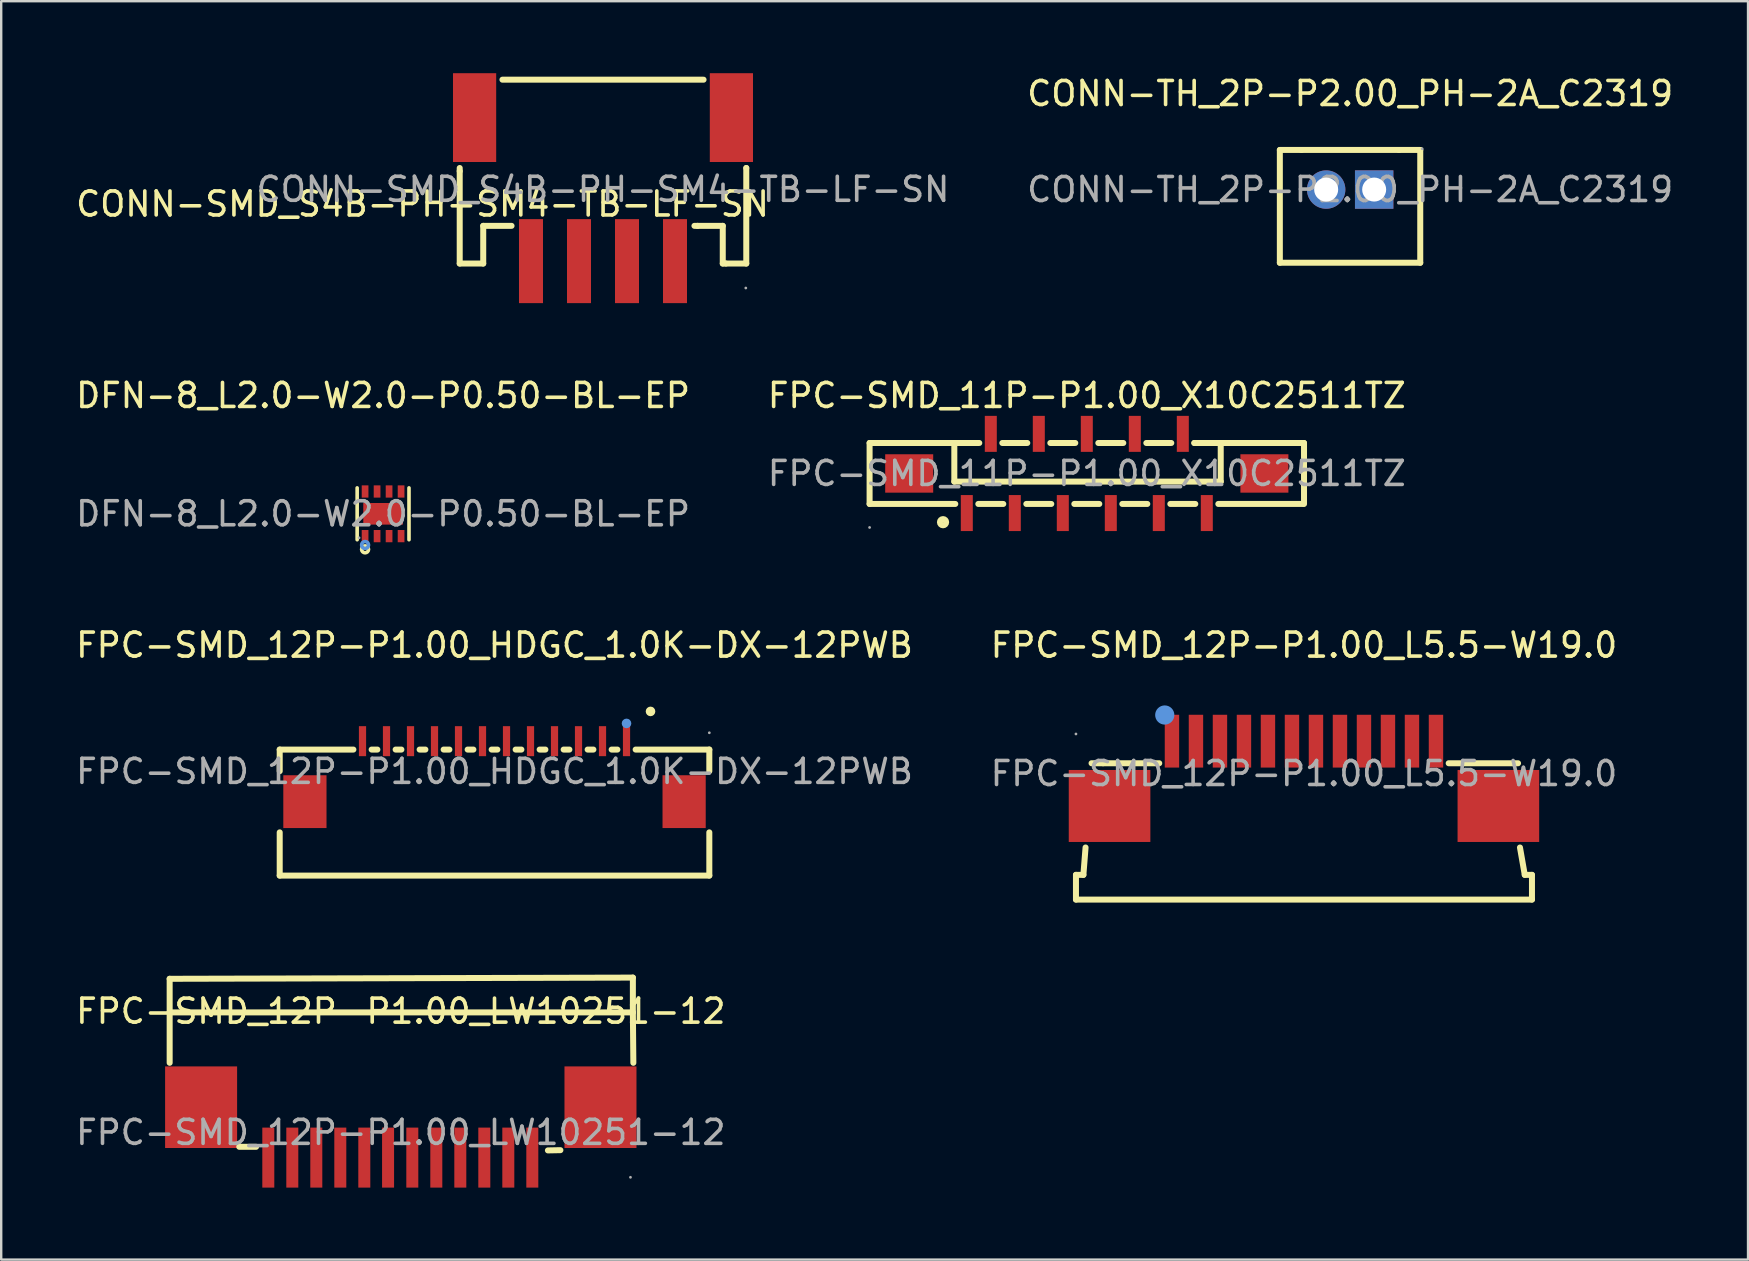
<source format=kicad_pcb>
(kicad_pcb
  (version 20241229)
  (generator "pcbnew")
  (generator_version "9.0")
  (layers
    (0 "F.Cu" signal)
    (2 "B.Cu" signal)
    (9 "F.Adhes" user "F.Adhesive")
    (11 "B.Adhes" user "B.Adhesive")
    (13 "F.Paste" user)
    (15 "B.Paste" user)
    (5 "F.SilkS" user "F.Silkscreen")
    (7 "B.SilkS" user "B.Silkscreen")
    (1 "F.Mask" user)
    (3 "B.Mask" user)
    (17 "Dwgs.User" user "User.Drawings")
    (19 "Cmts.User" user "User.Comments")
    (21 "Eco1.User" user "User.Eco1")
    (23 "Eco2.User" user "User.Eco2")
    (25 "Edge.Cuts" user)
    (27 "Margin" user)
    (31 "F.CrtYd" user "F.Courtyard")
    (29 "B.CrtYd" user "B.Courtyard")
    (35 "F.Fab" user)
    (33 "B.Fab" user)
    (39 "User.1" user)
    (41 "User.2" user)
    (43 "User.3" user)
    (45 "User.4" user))
  (footprint "CONN-SMD_S4B-PH-SM4-TB-LF-SN"
    (layer "F.Cu")
    (at 22.074 4.84)
    (property "Reference" "CONN-SMD_S4B-PH-SM4-TB-LF-SN" (at -7.52 0.61 180) (layer "F.SilkS") (effects (font (size 1 1) (thickness 0.15))))
    (attr smd)
    (fp_line (start -5.97 -0.76) (end -5.97 -0.89) (stroke (width 0.25) (type solid)) (layer "F.SilkS"))
    (fp_line (start -5.97 3.09) (end -5.97 -0.76) (stroke (width 0.25) (type solid)) (layer "F.SilkS"))
    (fp_line (start -4.99 1.52) (end -4.99 3.09) (stroke (width 0.25) (type solid)) (layer "F.SilkS"))
    (fp_line (start -4.99 3.09) (end -5.97 3.09) (stroke (width 0.25) (type solid)) (layer "F.SilkS"))
    (fp_line (start -4.19 -4.57) (end 4.19 -4.57) (stroke (width 0.25) (type solid)) (layer "F.SilkS"))
    (fp_line (start -3.81 1.52) (end -4.99 1.52) (stroke (width 0.25) (type solid)) (layer "F.SilkS"))
    (fp_line (start 3.94 1.52) (end 3.81 1.52) (stroke (width 0.25) (type solid)) (layer "F.SilkS"))
    (fp_line (start 4.99 1.52) (end 3.94 1.52) (stroke (width 0.25) (type solid)) (layer "F.SilkS"))
    (fp_line (start 4.99 3.09) (end 4.99 1.52) (stroke (width 0.25) (type solid)) (layer "F.SilkS"))
    (fp_line (start 5.12 3.09) (end 4.99 3.09) (stroke (width 0.25) (type solid)) (layer "F.SilkS"))
    (fp_line (start 5.97 -0.89) (end 5.97 -0.89) (stroke (width 0.25) (type solid)) (layer "F.SilkS"))
    (fp_line (start 5.97 -0.89) (end 5.97 3.09) (stroke (width 0.25) (type solid)) (layer "F.SilkS"))
    (fp_line (start 5.97 3.09) (end 5.12 3.09) (stroke (width 0.25) (type solid)) (layer "F.SilkS"))
    (fp_circle (center 5.95 4.11) (end 5.98 4.11) (stroke (width 0.06) (type solid)) (fill no) (layer "F.Fab"))
    (fp_text user "${REFERENCE}" (at 0 0 180) (layer "F.Fab") (effects (font (size 1 1) (thickness 0.15))))
    (pad "1" smd rect (at 3 2.99) (size 1 3.5) (layers "F.Cu" "F.Mask" "F.Paste"))
    (pad "2" smd rect (at 1 2.99) (size 1 3.5) (layers "F.Cu" "F.Mask" "F.Paste"))
    (pad "3" smd rect (at -1 2.99) (size 1 3.5) (layers "F.Cu" "F.Mask" "F.Paste"))
    (pad "4" smd rect (at -3 2.99) (size 1 3.5) (layers "F.Cu" "F.Mask" "F.Paste"))
    (pad "5" smd rect (at -5.35 -2.99) (size 1.8 3.7) (layers "F.Cu" "F.Mask" "F.Paste"))
    (pad "6" smd rect (at 5.35 -2.99) (size 1.8 3.7) (layers "F.Cu" "F.Mask" "F.Paste")))
  (footprint "FPC-SMD_12P-P1.00_LW10251-12"
    (layer "F.Cu")
    (at 13.649 44.132)
    (property "Reference" "FPC-SMD_12P-P1.00_LW10251-12" (at 0 -5.05 0) (layer "F.SilkS") (effects (font (size 1 1) (thickness 0.15))))
    (attr smd)
    (fp_line (start -9.63 -5) (end -9.63 -6.4) (stroke (width 0.25) (type solid)) (layer "F.SilkS"))
    (fp_line (start -9.63 -5) (end -9.63 -2.9) (stroke (width 0.25) (type solid)) (layer "F.SilkS"))
    (fp_line (start -6.73 0.6) (end -6.03 0.6) (stroke (width 0.25) (type solid)) (layer "F.SilkS"))
    (fp_line (start 6.13 0.75) (end 6.65 0.74) (stroke (width 0.25) (type solid)) (layer "F.SilkS"))
    (fp_line (start 9.67 -6.45) (end -9.63 -6.4) (stroke (width 0.25) (type solid)) (layer "F.SilkS"))
    (fp_line (start 9.67 -5) (end -9.63 -5) (stroke (width 0.25) (type solid)) (layer "F.SilkS"))
    (fp_line (start 9.67 -5) (end 9.67 -6.45) (stroke (width 0.25) (type solid)) (layer "F.SilkS"))
    (fp_line (start 9.69 -2.9) (end 9.67 -5) (stroke (width 0.25) (type solid)) (layer "F.SilkS"))
    (fp_circle (center 9.57 1.87) (end 9.6 1.87) (stroke (width 0.06) (type solid)) (fill no) (layer "F.Fab"))
    (fp_text user "${REFERENCE}" (at 0 0 0) (layer "F.Fab") (effects (font (size 1 1) (thickness 0.15))))
    (pad "1" smd rect (at 5.48 1.05) (size 0.5 2.5) (layers "F.Cu" "F.Mask" "F.Paste"))
    (pad "2" smd rect (at 4.48 1.05) (size 0.5 2.5) (layers "F.Cu" "F.Mask" "F.Paste"))
    (pad "3" smd rect (at 3.48 1.05) (size 0.5 2.5) (layers "F.Cu" "F.Mask" "F.Paste"))
    (pad "4" smd rect (at 2.48 1.05) (size 0.5 2.5) (layers "F.Cu" "F.Mask" "F.Paste"))
    (pad "5" smd rect (at 1.48 1.05) (size 0.5 2.5) (layers "F.Cu" "F.Mask" "F.Paste"))
    (pad "6" smd rect (at 0.48 1.05) (size 0.5 2.5) (layers "F.Cu" "F.Mask" "F.Paste"))
    (pad "7" smd rect (at -0.53 1.05) (size 0.5 2.5) (layers "F.Cu" "F.Mask" "F.Paste"))
    (pad "8" smd rect (at -1.52 1.05) (size 0.5 2.5) (layers "F.Cu" "F.Mask" "F.Paste"))
    (pad "9" smd rect (at -2.52 1.05) (size 0.5 2.5) (layers "F.Cu" "F.Mask" "F.Paste"))
    (pad "10" smd rect (at -3.52 1.05) (size 0.5 2.5) (layers "F.Cu" "F.Mask" "F.Paste"))
    (pad "11" smd rect (at -4.52 1.05) (size 0.5 2.5) (layers "F.Cu" "F.Mask" "F.Paste"))
    (pad "12" smd rect (at -5.52 1.05) (size 0.5 2.5) (layers "F.Cu" "F.Mask" "F.Paste"))
    (pad "13" smd rect (at -8.32 -1.05) (size 3 3.4) (layers "F.Cu" "F.Mask" "F.Paste"))
    (pad "14" smd rect (at 8.32 -1.05) (size 3 3.4) (layers "F.Cu" "F.Mask" "F.Paste")))
  (footprint "FPC-SMD_12P-P1.00_HDGC_1.0K-DX-12PWB"
    (layer "F.Cu")
    (at 17.554 29.091)
    (property "Reference" "FPC-SMD_12P-P1.00_HDGC_1.0K-DX-12PWB" (at 0 -5.26 0) (layer "F.SilkS") (effects (font (size 1 1) (thickness 0.15))))
    (attr smd)
    (fp_line (start -8.95 -0.91) (end -8.95 -0.01) (stroke (width 0.25) (type solid)) (layer "F.SilkS"))
    (fp_line (start -8.95 2.54) (end -8.95 4.34) (stroke (width 0.25) (type solid)) (layer "F.SilkS"))
    (fp_line (start -5.88 -0.91) (end -8.95 -0.91) (stroke (width 0.25) (type solid)) (layer "F.SilkS"))
    (fp_line (start -4.88 -0.91) (end -5.12 -0.91) (stroke (width 0.25) (type solid)) (layer "F.SilkS"))
    (fp_line (start -3.88 -0.91) (end -4.12 -0.91) (stroke (width 0.25) (type solid)) (layer "F.SilkS"))
    (fp_line (start -2.88 -0.91) (end -3.12 -0.91) (stroke (width 0.25) (type solid)) (layer "F.SilkS"))
    (fp_line (start -1.88 -0.91) (end -2.12 -0.91) (stroke (width 0.25) (type solid)) (layer "F.SilkS"))
    (fp_line (start -0.88 -0.91) (end -1.12 -0.91) (stroke (width 0.25) (type solid)) (layer "F.SilkS"))
    (fp_line (start 0.12 -0.91) (end -0.12 -0.91) (stroke (width 0.25) (type solid)) (layer "F.SilkS"))
    (fp_line (start 1.12 -0.91) (end 0.88 -0.91) (stroke (width 0.25) (type solid)) (layer "F.SilkS"))
    (fp_line (start 2.12 -0.91) (end 1.88 -0.91) (stroke (width 0.25) (type solid)) (layer "F.SilkS"))
    (fp_line (start 3.12 -0.91) (end 2.88 -0.91) (stroke (width 0.25) (type solid)) (layer "F.SilkS"))
    (fp_line (start 4.12 -0.91) (end 3.88 -0.91) (stroke (width 0.25) (type solid)) (layer "F.SilkS"))
    (fp_line (start 5.12 -0.91) (end 4.88 -0.91) (stroke (width 0.25) (type solid)) (layer "F.SilkS"))
    (fp_line (start 8.95 -0.91) (end 5.88 -0.91) (stroke (width 0.25) (type solid)) (layer "F.SilkS"))
    (fp_line (start 8.95 -0.91) (end 8.95 -0.01) (stroke (width 0.25) (type solid)) (layer "F.SilkS"))
    (fp_line (start 8.95 2.54) (end 8.95 4.34) (stroke (width 0.25) (type solid)) (layer "F.SilkS"))
    (fp_line (start 8.95 4.34) (end -8.95 4.34) (stroke (width 0.25) (type solid)) (layer "F.SilkS"))
    (fp_circle (center 6.5 -2.5) (end 6.6 -2.5) (stroke (width 0.2) (type solid)) (fill no) (layer "F.SilkS"))
    (fp_circle (center 5.5 -2) (end 5.6 -2) (stroke (width 0.2) (type solid)) (fill no) (layer "Cmts.User"))
    (fp_circle (center 8.95 -1.61) (end 8.98 -1.61) (stroke (width 0.06) (type solid)) (fill no) (layer "F.Fab"))
    (fp_text user "${REFERENCE}" (at 0 0 0) (layer "F.Fab") (effects (font (size 1 1) (thickness 0.15))))
    (pad "1" smd rect (at 5.5 -1.26) (size 0.3 1.25) (layers "F.Cu" "F.Mask" "F.Paste"))
    (pad "2" smd rect (at 4.5 -1.26) (size 0.3 1.25) (layers "F.Cu" "F.Mask" "F.Paste"))
    (pad "3" smd rect (at 3.5 -1.26) (size 0.3 1.25) (layers "F.Cu" "F.Mask" "F.Paste"))
    (pad "4" smd rect (at 2.5 -1.26) (size 0.3 1.25) (layers "F.Cu" "F.Mask" "F.Paste"))
    (pad "5" smd rect (at 1.5 -1.26) (size 0.3 1.25) (layers "F.Cu" "F.Mask" "F.Paste"))
    (pad "6" smd rect (at 0.5 -1.26) (size 0.3 1.25) (layers "F.Cu" "F.Mask" "F.Paste"))
    (pad "7" smd rect (at -0.5 -1.26) (size 0.3 1.25) (layers "F.Cu" "F.Mask" "F.Paste"))
    (pad "8" smd rect (at -1.5 -1.26) (size 0.3 1.25) (layers "F.Cu" "F.Mask" "F.Paste"))
    (pad "9" smd rect (at -2.5 -1.26) (size 0.3 1.25) (layers "F.Cu" "F.Mask" "F.Paste"))
    (pad "10" smd rect (at -3.5 -1.26) (size 0.3 1.25) (layers "F.Cu" "F.Mask" "F.Paste"))
    (pad "11" smd rect (at -4.5 -1.26) (size 0.3 1.25) (layers "F.Cu" "F.Mask" "F.Paste"))
    (pad "12" smd rect (at -5.5 -1.26) (size 0.3 1.25) (layers "F.Cu" "F.Mask" "F.Paste"))
    (pad "13" smd rect (at -7.9 1.26) (size 1.8 2.2) (layers "F.Cu" "F.Mask" "F.Paste"))
    (pad "14" smd rect (at 7.9 1.26) (size 1.8 2.2) (layers "F.Cu" "F.Mask" "F.Paste")))
  (footprint "FPC-SMD_11P-P1.00_X10C2511TZ"
    (layer "F.Cu")
    (at 42.232 16.677)
    (property "Reference" "FPC-SMD_11P-P1.00_X10C2511TZ" (at 0 -3.248 180) (layer "F.SilkS") (effects (font (size 1 1) (thickness 0.15))))
    (attr smd)
    (fp_line (start -9.05 -1.27) (end -9.05 1.27) (stroke (width 0.25) (type solid)) (layer "F.SilkS"))
    (fp_line (start -9.05 -1.27) (end -4.48 -1.27) (stroke (width 0.25) (type solid)) (layer "F.SilkS"))
    (fp_line (start -9.05 1.27) (end -5.48 1.27) (stroke (width 0.25) (type solid)) (layer "F.SilkS"))
    (fp_line (start -5.52 -1.27) (end -5.52 0.34) (stroke (width 0.25) (type solid)) (layer "F.SilkS"))
    (fp_line (start -5.52 0.34) (end 5.58 0.34) (stroke (width 0.25) (type solid)) (layer "F.SilkS"))
    (fp_line (start -4.52 1.27) (end -3.48 1.27) (stroke (width 0.25) (type solid)) (layer "F.SilkS"))
    (fp_line (start -3.52 -1.27) (end -2.48 -1.27) (stroke (width 0.25) (type solid)) (layer "F.SilkS"))
    (fp_line (start -2.52 1.27) (end -1.48 1.27) (stroke (width 0.25) (type solid)) (layer "F.SilkS"))
    (fp_line (start -1.52 -1.27) (end -0.48 -1.27) (stroke (width 0.25) (type solid)) (layer "F.SilkS"))
    (fp_line (start -0.52 1.27) (end 0.52 1.27) (stroke (width 0.25) (type solid)) (layer "F.SilkS"))
    (fp_line (start 0.48 -1.27) (end 1.52 -1.27) (stroke (width 0.25) (type solid)) (layer "F.SilkS"))
    (fp_line (start 1.48 1.27) (end 2.52 1.27) (stroke (width 0.25) (type solid)) (layer "F.SilkS"))
    (fp_line (start 2.48 -1.27) (end 3.52 -1.27) (stroke (width 0.25) (type solid)) (layer "F.SilkS"))
    (fp_line (start 3.48 1.27) (end 4.52 1.27) (stroke (width 0.25) (type solid)) (layer "F.SilkS"))
    (fp_line (start 4.48 -1.27) (end 5.52 -1.27) (stroke (width 0.25) (type solid)) (layer "F.SilkS"))
    (fp_line (start 4.48 -1.27) (end 9.05 -1.27) (stroke (width 0.25) (type solid)) (layer "F.SilkS"))
    (fp_line (start 5.48 1.27) (end 9 1.27) (stroke (width 0.25) (type solid)) (layer "F.SilkS"))
    (fp_line (start 5.58 0.34) (end 5.58 -1.27) (stroke (width 0.25) (type solid)) (layer "F.SilkS"))
    (fp_line (start 9.05 -1.27) (end 9.05 1.27) (stroke (width 0.25) (type solid)) (layer "F.SilkS"))
    (fp_circle (center -5.99 2.03) (end -5.86 2.03) (stroke (width 0.25) (type solid)) (fill no) (layer "F.SilkS"))
    (fp_circle (center -9.05 2.25) (end -9.02 2.25) (stroke (width 0.06) (type solid)) (fill no) (layer "F.Fab"))
    (fp_text user "${REFERENCE}" (at 0 0 180) (layer "F.Fab") (effects (font (size 1 1) (thickness 0.15))))
    (pad "1" smd rect (at -5 1.65) (size 0.5 1.5) (layers "F.Cu" "F.Mask" "F.Paste"))
    (pad "2" smd rect (at -4 -1.65) (size 0.5 1.5) (layers "F.Cu" "F.Mask" "F.Paste"))
    (pad "3" smd rect (at -3 1.65) (size 0.5 1.5) (layers "F.Cu" "F.Mask" "F.Paste"))
    (pad "4" smd rect (at -2 -1.65) (size 0.5 1.5) (layers "F.Cu" "F.Mask" "F.Paste"))
    (pad "5" smd rect (at -1 1.65) (size 0.5 1.5) (layers "F.Cu" "F.Mask" "F.Paste"))
    (pad "6" smd rect (at 0 -1.65) (size 0.5 1.5) (layers "F.Cu" "F.Mask" "F.Paste"))
    (pad "7" smd rect (at 1 1.65) (size 0.5 1.5) (layers "F.Cu" "F.Mask" "F.Paste"))
    (pad "8" smd rect (at 2 -1.65) (size 0.5 1.5) (layers "F.Cu" "F.Mask" "F.Paste"))
    (pad "9" smd rect (at 3 1.65) (size 0.5 1.5) (layers "F.Cu" "F.Mask" "F.Paste"))
    (pad "10" smd rect (at 4 -1.65) (size 0.5 1.5) (layers "F.Cu" "F.Mask" "F.Paste"))
    (pad "11" smd rect (at 5 1.65) (size 0.5 1.5) (layers "F.Cu" "F.Mask" "F.Paste"))
    (pad "12" smd rect (at 7.4 0) (size 2 1.6) (layers "F.Cu" "F.Mask" "F.Paste"))
    (pad "13" smd rect (at -7.4 0) (size 2 1.6) (layers "F.Cu" "F.Mask" "F.Paste")))
  (footprint "FPC-SMD_12P-P1.00_L5.5-W19.0"
    (layer "F.Cu")
    (at 51.28 29.181)
    (property "Reference" "FPC-SMD_12P-P1.00_L5.5-W19.0" (at 0 -5.35 0) (layer "F.SilkS") (effects (font (size 1 1) (thickness 0.15))))
    (attr smd)
    (fp_line (start -9.5 4.22) (end -9.5 5.25) (stroke (width 0.25) (type solid)) (layer "F.SilkS"))
    (fp_line (start -9.5 4.22) (end -9.19 4.22) (stroke (width 0.25) (type solid)) (layer "F.SilkS"))
    (fp_line (start -9.5 5.25) (end 9.5 5.25) (stroke (width 0.25) (type solid)) (layer "F.SilkS"))
    (fp_line (start -9.19 4.22) (end -9.1 3.08) (stroke (width 0.25) (type solid)) (layer "F.SilkS"))
    (fp_line (start -8.37 -0.43) (end -8.85 -0.43) (stroke (width 0.25) (type solid)) (layer "F.SilkS"))
    (fp_line (start -6.03 -0.43) (end -8.37 -0.43) (stroke (width 0.25) (type solid)) (layer "F.SilkS"))
    (fp_line (start 6.03 -0.43) (end 8.92 -0.43) (stroke (width 0.25) (type solid)) (layer "F.SilkS"))
    (fp_line (start 9.2 4.22) (end 9 3.08) (stroke (width 0.25) (type solid)) (layer "F.SilkS"))
    (fp_line (start 9.5 4.22) (end 9.2 4.22) (stroke (width 0.25) (type solid)) (layer "F.SilkS"))
    (fp_line (start 9.5 5.25) (end 9.5 4.22) (stroke (width 0.25) (type solid)) (layer "F.SilkS"))
    (fp_circle (center -5.8 -2.44) (end -5.6 -2.44) (stroke (width 0.4) (type solid)) (fill no) (layer "Cmts.User"))
    (fp_circle (center -9.5 -1.65) (end -9.47 -1.65) (stroke (width 0.06) (type solid)) (fill no) (layer "F.Fab"))
    (fp_text user "${REFERENCE}" (at 0 0 0) (layer "F.Fab") (effects (font (size 1 1) (thickness 0.15))))
    (pad "0" smd rect (at -8.1 1.35) (size 3.4 3) (layers "F.Cu" "F.Mask" "F.Paste"))
    (pad "0" smd rect (at 8.1 1.35) (size 3.4 3) (layers "F.Cu" "F.Mask" "F.Paste"))
    (pad "1" smd rect (at -5.5 -1.35) (size 0.6 2.2) (layers "F.Cu" "F.Mask" "F.Paste"))
    (pad "2" smd rect (at -4.5 -1.35) (size 0.6 2.2) (layers "F.Cu" "F.Mask" "F.Paste"))
    (pad "3" smd rect (at -3.5 -1.35) (size 0.6 2.2) (layers "F.Cu" "F.Mask" "F.Paste"))
    (pad "4" smd rect (at -2.5 -1.35) (size 0.6 2.2) (layers "F.Cu" "F.Mask" "F.Paste"))
    (pad "5" smd rect (at -1.5 -1.35) (size 0.6 2.2) (layers "F.Cu" "F.Mask" "F.Paste"))
    (pad "6" smd rect (at -0.5 -1.35) (size 0.6 2.2) (layers "F.Cu" "F.Mask" "F.Paste"))
    (pad "7" smd rect (at 0.5 -1.35) (size 0.6 2.2) (layers "F.Cu" "F.Mask" "F.Paste"))
    (pad "8" smd rect (at 1.5 -1.35) (size 0.6 2.2) (layers "F.Cu" "F.Mask" "F.Paste"))
    (pad "9" smd rect (at 2.5 -1.35) (size 0.6 2.2) (layers "F.Cu" "F.Mask" "F.Paste"))
    (pad "10" smd rect (at 3.5 -1.35) (size 0.6 2.2) (layers "F.Cu" "F.Mask" "F.Paste"))
    (pad "11" smd rect (at 4.5 -1.35) (size 0.6 2.2) (layers "F.Cu" "F.Mask" "F.Paste"))
    (pad "12" smd rect (at 5.5 -1.35) (size 0.6 2.2) (layers "F.Cu" "F.Mask" "F.Paste")))
  (footprint "DFN-8_L2.0-W2.0-P0.50-BL-EP"
    (layer "F.Cu")
    (at 12.911 18.358)
    (property "Reference" "DFN-8_L2.0-W2.0-P0.50-BL-EP" (at 0 -4.93 0) (layer "F.SilkS") (effects (font (size 1 1) (thickness 0.15))))
    (attr smd)
    (fp_line (start -1.08 1.08) (end -1.08 -1.08) (stroke (width 0.15) (type solid)) (layer "F.SilkS"))
    (fp_line (start 1.08 1.08) (end 1.08 -1.08) (stroke (width 0.15) (type solid)) (layer "F.SilkS"))
    (fp_circle (center -0.75 1.48) (end -0.68 1.48) (stroke (width 0.15) (type solid)) (fill no) (layer "F.SilkS"))
    (fp_circle (center -0.75 1.3) (end -0.68 1.3) (stroke (width 0.15) (type solid)) (fill no) (layer "Cmts.User"))
    (fp_circle (center -1 1) (end -0.97 1) (stroke (width 0.06) (type solid)) (fill no) (layer "F.Fab"))
    (fp_text user "${REFERENCE}" (at 0 0 0) (layer "F.Fab") (effects (font (size 1 1) (thickness 0.15))))
    (pad "1" smd rect (at -0.75 0.93) (size 0.28 0.51) (layers "F.Cu" "F.Mask" "F.Paste"))
    (pad "2" smd rect (at -0.25 0.93) (size 0.28 0.51) (layers "F.Cu" "F.Mask" "F.Paste"))
    (pad "3" smd rect (at 0.25 0.93) (size 0.28 0.51) (layers "F.Cu" "F.Mask" "F.Paste"))
    (pad "4" smd rect (at 0.75 0.93) (size 0.28 0.51) (layers "F.Cu" "F.Mask" "F.Paste"))
    (pad "5" smd rect (at 0.75 -0.93) (size 0.28 0.51) (layers "F.Cu" "F.Mask" "F.Paste"))
    (pad "6" smd rect (at 0.25 -0.93) (size 0.28 0.51) (layers "F.Cu" "F.Mask" "F.Paste"))
    (pad "7" smd rect (at -0.25 -0.93) (size 0.28 0.51) (layers "F.Cu" "F.Mask" "F.Paste"))
    (pad "8" smd rect (at -0.75 -0.93) (size 0.28 0.51) (layers "F.Cu" "F.Mask" "F.Paste"))
    (pad "9" smd rect (at 0 0) (size 1.65 0.9) (layers "F.Cu" "F.Mask" "F.Paste")))
  (footprint "CONN-TH_2P-P2.00_PH-2A_C2319"
    (layer "F.Cu")
    (at 53.205 4.848)
    (property "Reference" "CONN-TH_2P-P2.00_PH-2A_C2319" (at 0 -4 0) (layer "F.SilkS") (effects (font (size 1 1) (thickness 0.15))))
    (attr through_hole)
    (fp_line (start -2.93 -1.65) (end -2.93 3.05) (stroke (width 0.25) (type solid)) (layer "F.SilkS"))
    (fp_line (start -2.93 3.05) (end 2.92 3.05) (stroke (width 0.25) (type solid)) (layer "F.SilkS"))
    (fp_line (start -2.03 -1.65) (end -2.93 -1.65) (stroke (width 0.25) (type solid)) (layer "F.SilkS"))
    (fp_line (start 2.03 -1.65) (end -2.03 -1.65) (stroke (width 0.25) (type solid)) (layer "F.SilkS"))
    (fp_line (start 2.03 -1.65) (end 2.92 -1.65) (stroke (width 0.25) (type solid)) (layer "F.SilkS"))
    (fp_line (start 2.92 3.05) (end 2.92 -1.65) (stroke (width 0.25) (type solid)) (layer "F.SilkS"))
    (fp_circle (center 3 -1.7) (end 3.03 -1.7) (stroke (width 0.06) (type solid)) (fill no) (layer "F.Fab"))
    (fp_text user "${REFERENCE}" (at 0 0 0) (layer "F.Fab") (effects (font (size 1 1) (thickness 0.15))))
    (pad "1" thru_hole rect (at 1 0 180) (size 1.6 1.6) (drill 1) (layers "*.Cu" "*.Mask"))
    (pad "2" thru_hole circle (at -1 0 180) (size 1.6 1.6) (drill 1) (layers "*.Cu" "*.Mask")))
  (gr_rect
    (start -3 -3)
    (end 69.782 49.431)
    (stroke (width 0.1) (type default))
    (fill no)
    (layer "Edge.Cuts")))
</source>
